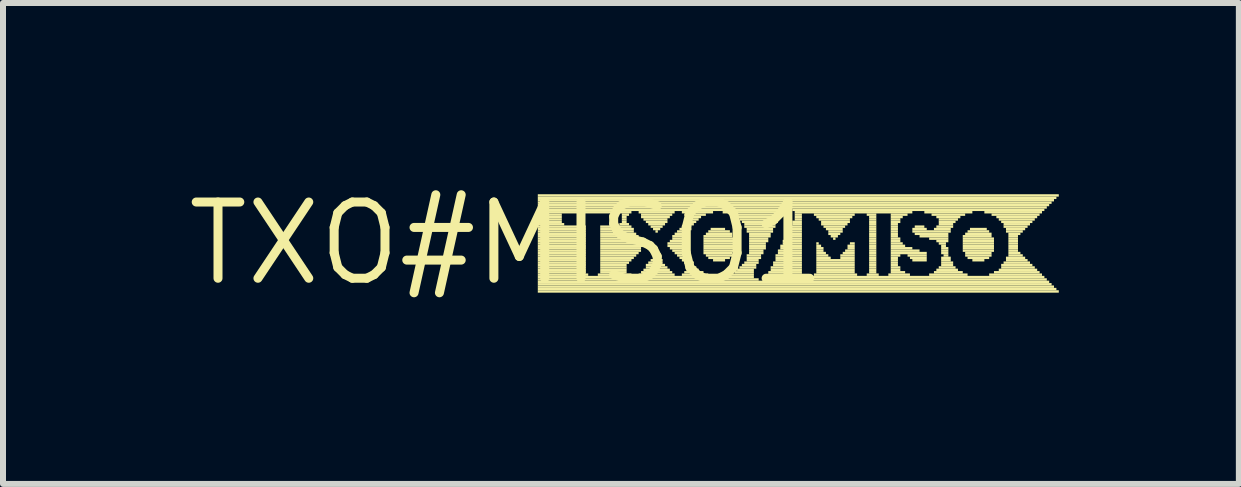
<source format=kicad_pcb>
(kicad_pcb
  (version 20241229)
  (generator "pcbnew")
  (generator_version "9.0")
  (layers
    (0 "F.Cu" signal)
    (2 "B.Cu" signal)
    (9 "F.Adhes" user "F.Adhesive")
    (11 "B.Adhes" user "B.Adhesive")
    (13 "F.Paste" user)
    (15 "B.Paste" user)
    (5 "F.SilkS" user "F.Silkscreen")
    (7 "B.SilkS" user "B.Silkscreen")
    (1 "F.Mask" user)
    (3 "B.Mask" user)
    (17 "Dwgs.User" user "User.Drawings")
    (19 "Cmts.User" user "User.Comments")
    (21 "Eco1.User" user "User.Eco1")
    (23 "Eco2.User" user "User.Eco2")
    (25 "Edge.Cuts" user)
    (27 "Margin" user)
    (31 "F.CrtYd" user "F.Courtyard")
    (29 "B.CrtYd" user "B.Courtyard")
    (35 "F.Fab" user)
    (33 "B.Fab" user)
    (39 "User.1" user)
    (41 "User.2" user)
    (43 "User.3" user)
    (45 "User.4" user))
  (footprint "TXO#MISO1"
    (layer "F.Cu")
    (at 5.39 1.006)
    (property "Reference" "TXO#MISO1" (at 0 0 0) (layer "F.SilkS") (effects (font (size 1.27 1.27) (thickness 0.15))))
    (fp_poly (pts (xy 0.52 -0.78) (xy 9.2 -0.78) (xy 9.2 -0.82) (xy 0.52 -0.82)) (stroke (width 0) (type default)) (fill yes) (layer "F.SilkS"))
    (fp_poly (pts (xy 0.52 -0.74) (xy 9.16 -0.74) (xy 9.16 -0.78) (xy 0.52 -0.78)) (stroke (width 0) (type default)) (fill yes) (layer "F.SilkS"))
    (fp_poly (pts (xy 0.52 -0.7) (xy 9.12 -0.7) (xy 9.12 -0.74) (xy 0.52 -0.74)) (stroke (width 0) (type default)) (fill yes) (layer "F.SilkS"))
    (fp_poly (pts (xy 0.52 -0.66) (xy 9.08 -0.66) (xy 9.08 -0.7) (xy 0.52 -0.7)) (stroke (width 0) (type default)) (fill yes) (layer "F.SilkS"))
    (fp_poly (pts (xy 0.52 -0.62) (xy 9.04 -0.62) (xy 9.04 -0.66) (xy 0.52 -0.66)) (stroke (width 0) (type default)) (fill yes) (layer "F.SilkS"))
    (fp_poly (pts (xy 0.52 -0.58) (xy 9 -0.58) (xy 9 -0.62) (xy 0.52 -0.62)) (stroke (width 0) (type default)) (fill yes) (layer "F.SilkS"))
    (fp_poly (pts (xy 0.52 -0.54) (xy 4.6 -0.54) (xy 4.6 -0.58) (xy 0.52 -0.58)) (stroke (width 0) (type default)) (fill yes) (layer "F.SilkS"))
    (fp_poly (pts (xy 0.52 -0.5) (xy 2.08 -0.5) (xy 2.08 -0.54) (xy 0.52 -0.54)) (stroke (width 0) (type default)) (fill yes) (layer "F.SilkS"))
    (fp_poly (pts (xy 0.52 -0.46) (xy 0.92 -0.46) (xy 0.92 -0.5) (xy 0.52 -0.5)) (stroke (width 0) (type default)) (fill yes) (layer "F.SilkS"))
    (fp_poly (pts (xy 0.52 -0.42) (xy 0.92 -0.42) (xy 0.92 -0.46) (xy 0.52 -0.46)) (stroke (width 0) (type default)) (fill yes) (layer "F.SilkS"))
    (fp_poly (pts (xy 0.52 -0.38) (xy 0.92 -0.38) (xy 0.92 -0.42) (xy 0.52 -0.42)) (stroke (width 0) (type default)) (fill yes) (layer "F.SilkS"))
    (fp_poly (pts (xy 0.52 -0.34) (xy 0.92 -0.34) (xy 0.92 -0.38) (xy 0.52 -0.38)) (stroke (width 0) (type default)) (fill yes) (layer "F.SilkS"))
    (fp_poly (pts (xy 0.52 -0.3) (xy 0.96 -0.3) (xy 0.96 -0.34) (xy 0.52 -0.34)) (stroke (width 0) (type default)) (fill yes) (layer "F.SilkS"))
    (fp_poly (pts (xy 0.52 -0.26) (xy 1.32 -0.26) (xy 1.32 -0.3) (xy 0.52 -0.3)) (stroke (width 0) (type default)) (fill yes) (layer "F.SilkS"))
    (fp_poly (pts (xy 0.52 -0.22) (xy 1.32 -0.22) (xy 1.32 -0.26) (xy 0.52 -0.26)) (stroke (width 0) (type default)) (fill yes) (layer "F.SilkS"))
    (fp_poly (pts (xy 0.52 -0.18) (xy 1.32 -0.18) (xy 1.32 -0.22) (xy 0.52 -0.22)) (stroke (width 0) (type default)) (fill yes) (layer "F.SilkS"))
    (fp_poly (pts (xy 0.52 -0.14) (xy 1.32 -0.14) (xy 1.32 -0.18) (xy 0.52 -0.18)) (stroke (width 0) (type default)) (fill yes) (layer "F.SilkS"))
    (fp_poly (pts (xy 0.52 -0.1) (xy 1.32 -0.1) (xy 1.32 -0.14) (xy 0.52 -0.14)) (stroke (width 0) (type default)) (fill yes) (layer "F.SilkS"))
    (fp_poly (pts (xy 0.52 -0.06) (xy 1.32 -0.06) (xy 1.32 -0.1) (xy 0.52 -0.1)) (stroke (width 0) (type default)) (fill yes) (layer "F.SilkS"))
    (fp_poly (pts (xy 0.52 -0.02) (xy 1.32 -0.02) (xy 1.32 -0.06) (xy 0.52 -0.06)) (stroke (width 0) (type default)) (fill yes) (layer "F.SilkS"))
    (fp_poly (pts (xy 0.52 0.02) (xy 1.32 0.02) (xy 1.32 -0.02) (xy 0.52 -0.02)) (stroke (width 0) (type default)) (fill yes) (layer "F.SilkS"))
    (fp_poly (pts (xy 0.52 0.06) (xy 1.32 0.06) (xy 1.32 0.02) (xy 0.52 0.02)) (stroke (width 0) (type default)) (fill yes) (layer "F.SilkS"))
    (fp_poly (pts (xy 0.52 0.1) (xy 1.32 0.1) (xy 1.32 0.06) (xy 0.52 0.06)) (stroke (width 0) (type default)) (fill yes) (layer "F.SilkS"))
    (fp_poly (pts (xy 0.52 0.14) (xy 1.32 0.14) (xy 1.32 0.1) (xy 0.52 0.1)) (stroke (width 0) (type default)) (fill yes) (layer "F.SilkS"))
    (fp_poly (pts (xy 0.52 0.18) (xy 1.32 0.18) (xy 1.32 0.14) (xy 0.52 0.14)) (stroke (width 0) (type default)) (fill yes) (layer "F.SilkS"))
    (fp_poly (pts (xy 0.52 0.22) (xy 1.32 0.22) (xy 1.32 0.18) (xy 0.52 0.18)) (stroke (width 0) (type default)) (fill yes) (layer "F.SilkS"))
    (fp_poly (pts (xy 0.52 0.26) (xy 1.32 0.26) (xy 1.32 0.22) (xy 0.52 0.22)) (stroke (width 0) (type default)) (fill yes) (layer "F.SilkS"))
    (fp_poly (pts (xy 0.52 0.3) (xy 1.32 0.3) (xy 1.32 0.26) (xy 0.52 0.26)) (stroke (width 0) (type default)) (fill yes) (layer "F.SilkS"))
    (fp_poly (pts (xy 0.52 0.34) (xy 1.32 0.34) (xy 1.32 0.3) (xy 0.52 0.3)) (stroke (width 0) (type default)) (fill yes) (layer "F.SilkS"))
    (fp_poly (pts (xy 0.52 0.38) (xy 1.32 0.38) (xy 1.32 0.34) (xy 0.52 0.34)) (stroke (width 0) (type default)) (fill yes) (layer "F.SilkS"))
    (fp_poly (pts (xy 0.52 0.42) (xy 1.32 0.42) (xy 1.32 0.38) (xy 0.52 0.38)) (stroke (width 0) (type default)) (fill yes) (layer "F.SilkS"))
    (fp_poly (pts (xy 0.52 0.46) (xy 1.32 0.46) (xy 1.32 0.42) (xy 0.52 0.42)) (stroke (width 0) (type default)) (fill yes) (layer "F.SilkS"))
    (fp_poly (pts (xy 0.52 0.5) (xy 1.32 0.5) (xy 1.32 0.46) (xy 0.52 0.46)) (stroke (width 0) (type default)) (fill yes) (layer "F.SilkS"))
    (fp_poly (pts (xy 0.52 0.54) (xy 1.36 0.54) (xy 1.36 0.5) (xy 0.52 0.5)) (stroke (width 0) (type default)) (fill yes) (layer "F.SilkS"))
    (fp_poly (pts (xy 0.52 0.58) (xy 4.12 0.58) (xy 4.12 0.54) (xy 0.52 0.54)) (stroke (width 0) (type default)) (fill yes) (layer "F.SilkS"))
    (fp_poly (pts (xy 0.52 0.62) (xy 4.2 0.62) (xy 4.2 0.58) (xy 0.52 0.58)) (stroke (width 0) (type default)) (fill yes) (layer "F.SilkS"))
    (fp_poly (pts (xy 0.52 0.66) (xy 9.04 0.66) (xy 9.04 0.62) (xy 0.52 0.62)) (stroke (width 0) (type default)) (fill yes) (layer "F.SilkS"))
    (fp_poly (pts (xy 0.52 0.7) (xy 9.08 0.7) (xy 9.08 0.66) (xy 0.52 0.66)) (stroke (width 0) (type default)) (fill yes) (layer "F.SilkS"))
    (fp_poly (pts (xy 0.52 0.74) (xy 9.12 0.74) (xy 9.12 0.7) (xy 0.52 0.7)) (stroke (width 0) (type default)) (fill yes) (layer "F.SilkS"))
    (fp_poly (pts (xy 0.52 0.78) (xy 9.16 0.78) (xy 9.16 0.74) (xy 0.52 0.74)) (stroke (width 0) (type default)) (fill yes) (layer "F.SilkS"))
    (fp_poly (pts (xy 0.52 0.82) (xy 9.2 0.82) (xy 9.2 0.78) (xy 0.52 0.78)) (stroke (width 0) (type default)) (fill yes) (layer "F.SilkS"))
    (fp_poly (pts (xy 1.52 0.54) (xy 2.08 0.54) (xy 2.08 0.5) (xy 1.52 0.5)) (stroke (width 0) (type default)) (fill yes) (layer "F.SilkS"))
    (fp_poly (pts (xy 1.56 -0.26) (xy 2.08 -0.26) (xy 2.08 -0.3) (xy 1.56 -0.3)) (stroke (width 0) (type default)) (fill yes) (layer "F.SilkS"))
    (fp_poly (pts (xy 1.56 -0.22) (xy 2.12 -0.22) (xy 2.12 -0.26) (xy 1.56 -0.26)) (stroke (width 0) (type default)) (fill yes) (layer "F.SilkS"))
    (fp_poly (pts (xy 1.56 -0.18) (xy 2.12 -0.18) (xy 2.12 -0.22) (xy 1.56 -0.22)) (stroke (width 0) (type default)) (fill yes) (layer "F.SilkS"))
    (fp_poly (pts (xy 1.56 -0.14) (xy 2.16 -0.14) (xy 2.16 -0.18) (xy 1.56 -0.18)) (stroke (width 0) (type default)) (fill yes) (layer "F.SilkS"))
    (fp_poly (pts (xy 1.56 -0.1) (xy 2.2 -0.1) (xy 2.2 -0.14) (xy 1.56 -0.14)) (stroke (width 0) (type default)) (fill yes) (layer "F.SilkS"))
    (fp_poly (pts (xy 1.56 -0.06) (xy 2.24 -0.06) (xy 2.24 -0.1) (xy 1.56 -0.1)) (stroke (width 0) (type default)) (fill yes) (layer "F.SilkS"))
    (fp_poly (pts (xy 1.56 -0.02) (xy 2.28 -0.02) (xy 2.28 -0.06) (xy 1.56 -0.06)) (stroke (width 0) (type default)) (fill yes) (layer "F.SilkS"))
    (fp_poly (pts (xy 1.56 0.02) (xy 2.32 0.02) (xy 2.32 -0.02) (xy 1.56 -0.02)) (stroke (width 0) (type default)) (fill yes) (layer "F.SilkS"))
    (fp_poly (pts (xy 1.56 0.06) (xy 2.28 0.06) (xy 2.28 0.02) (xy 1.56 0.02)) (stroke (width 0) (type default)) (fill yes) (layer "F.SilkS"))
    (fp_poly (pts (xy 1.56 0.1) (xy 2.24 0.1) (xy 2.24 0.06) (xy 1.56 0.06)) (stroke (width 0) (type default)) (fill yes) (layer "F.SilkS"))
    (fp_poly (pts (xy 1.56 0.14) (xy 2.24 0.14) (xy 2.24 0.1) (xy 1.56 0.1)) (stroke (width 0) (type default)) (fill yes) (layer "F.SilkS"))
    (fp_poly (pts (xy 1.56 0.18) (xy 2.2 0.18) (xy 2.2 0.14) (xy 1.56 0.14)) (stroke (width 0) (type default)) (fill yes) (layer "F.SilkS"))
    (fp_poly (pts (xy 1.56 0.22) (xy 2.16 0.22) (xy 2.16 0.18) (xy 1.56 0.18)) (stroke (width 0) (type default)) (fill yes) (layer "F.SilkS"))
    (fp_poly (pts (xy 1.56 0.26) (xy 2.12 0.26) (xy 2.12 0.22) (xy 1.56 0.22)) (stroke (width 0) (type default)) (fill yes) (layer "F.SilkS"))
    (fp_poly (pts (xy 1.56 0.3) (xy 2.08 0.3) (xy 2.08 0.26) (xy 1.56 0.26)) (stroke (width 0) (type default)) (fill yes) (layer "F.SilkS"))
    (fp_poly (pts (xy 1.56 0.34) (xy 2.04 0.34) (xy 2.04 0.3) (xy 1.56 0.3)) (stroke (width 0) (type default)) (fill yes) (layer "F.SilkS"))
    (fp_poly (pts (xy 1.56 0.38) (xy 2 0.38) (xy 2 0.34) (xy 1.56 0.34)) (stroke (width 0) (type default)) (fill yes) (layer "F.SilkS"))
    (fp_poly (pts (xy 1.56 0.42) (xy 2 0.42) (xy 2 0.38) (xy 1.56 0.38)) (stroke (width 0) (type default)) (fill yes) (layer "F.SilkS"))
    (fp_poly (pts (xy 1.56 0.46) (xy 2 0.46) (xy 2 0.42) (xy 1.56 0.42)) (stroke (width 0) (type default)) (fill yes) (layer "F.SilkS"))
    (fp_poly (pts (xy 1.56 0.5) (xy 2 0.5) (xy 2 0.46) (xy 1.56 0.46)) (stroke (width 0) (type default)) (fill yes) (layer "F.SilkS"))
    (fp_poly (pts (xy 1.88 -0.3) (xy 2.04 -0.3) (xy 2.04 -0.34) (xy 1.88 -0.34)) (stroke (width 0) (type default)) (fill yes) (layer "F.SilkS"))
    (fp_poly (pts (xy 1.92 -0.46) (xy 2.04 -0.46) (xy 2.04 -0.5) (xy 1.92 -0.5)) (stroke (width 0) (type default)) (fill yes) (layer "F.SilkS"))
    (fp_poly (pts (xy 1.92 -0.42) (xy 2 -0.42) (xy 2 -0.46) (xy 1.92 -0.46)) (stroke (width 0) (type default)) (fill yes) (layer "F.SilkS"))
    (fp_poly (pts (xy 1.92 -0.38) (xy 2 -0.38) (xy 2 -0.42) (xy 1.92 -0.42)) (stroke (width 0) (type default)) (fill yes) (layer "F.SilkS"))
    (fp_poly (pts (xy 1.92 -0.34) (xy 2 -0.34) (xy 2 -0.38) (xy 1.92 -0.38)) (stroke (width 0) (type default)) (fill yes) (layer "F.SilkS"))
    (fp_poly (pts (xy 2.2 -0.5) (xy 2.8 -0.5) (xy 2.8 -0.54) (xy 2.2 -0.54)) (stroke (width 0) (type default)) (fill yes) (layer "F.SilkS"))
    (fp_poly (pts (xy 2.2 0.54) (xy 2.8 0.54) (xy 2.8 0.5) (xy 2.2 0.5)) (stroke (width 0) (type default)) (fill yes) (layer "F.SilkS"))
    (fp_poly (pts (xy 2.24 -0.46) (xy 2.76 -0.46) (xy 2.76 -0.5) (xy 2.24 -0.5)) (stroke (width 0) (type default)) (fill yes) (layer "F.SilkS"))
    (fp_poly (pts (xy 2.24 -0.42) (xy 2.72 -0.42) (xy 2.72 -0.46) (xy 2.24 -0.46)) (stroke (width 0) (type default)) (fill yes) (layer "F.SilkS"))
    (fp_poly (pts (xy 2.24 0.5) (xy 2.76 0.5) (xy 2.76 0.46) (xy 2.24 0.46)) (stroke (width 0) (type default)) (fill yes) (layer "F.SilkS"))
    (fp_poly (pts (xy 2.28 -0.38) (xy 2.68 -0.38) (xy 2.68 -0.42) (xy 2.28 -0.42)) (stroke (width 0) (type default)) (fill yes) (layer "F.SilkS"))
    (fp_poly (pts (xy 2.28 0.46) (xy 2.72 0.46) (xy 2.72 0.42) (xy 2.28 0.42)) (stroke (width 0) (type default)) (fill yes) (layer "F.SilkS"))
    (fp_poly (pts (xy 2.32 -0.34) (xy 2.68 -0.34) (xy 2.68 -0.38) (xy 2.32 -0.38)) (stroke (width 0) (type default)) (fill yes) (layer "F.SilkS"))
    (fp_poly (pts (xy 2.32 0.38) (xy 2.64 0.38) (xy 2.64 0.34) (xy 2.32 0.34)) (stroke (width 0) (type default)) (fill yes) (layer "F.SilkS"))
    (fp_poly (pts (xy 2.32 0.42) (xy 2.68 0.42) (xy 2.68 0.38) (xy 2.32 0.38)) (stroke (width 0) (type default)) (fill yes) (layer "F.SilkS"))
    (fp_poly (pts (xy 2.36 -0.3) (xy 2.64 -0.3) (xy 2.64 -0.34) (xy 2.36 -0.34)) (stroke (width 0) (type default)) (fill yes) (layer "F.SilkS"))
    (fp_poly (pts (xy 2.36 0.34) (xy 2.6 0.34) (xy 2.6 0.3) (xy 2.36 0.3)) (stroke (width 0) (type default)) (fill yes) (layer "F.SilkS"))
    (fp_poly (pts (xy 2.4 -0.26) (xy 2.6 -0.26) (xy 2.6 -0.3) (xy 2.4 -0.3)) (stroke (width 0) (type default)) (fill yes) (layer "F.SilkS"))
    (fp_poly (pts (xy 2.4 0.3) (xy 2.6 0.3) (xy 2.6 0.26) (xy 2.4 0.26)) (stroke (width 0) (type default)) (fill yes) (layer "F.SilkS"))
    (fp_poly (pts (xy 2.44 -0.22) (xy 2.56 -0.22) (xy 2.56 -0.26) (xy 2.44 -0.26)) (stroke (width 0) (type default)) (fill yes) (layer "F.SilkS"))
    (fp_poly (pts (xy 2.44 0.26) (xy 2.56 0.26) (xy 2.56 0.22) (xy 2.44 0.22)) (stroke (width 0) (type default)) (fill yes) (layer "F.SilkS"))
    (fp_poly (pts (xy 2.48 -0.18) (xy 2.52 -0.18) (xy 2.52 -0.22) (xy 2.48 -0.22)) (stroke (width 0) (type default)) (fill yes) (layer "F.SilkS"))
    (fp_poly (pts (xy 2.48 0.22) (xy 2.52 0.22) (xy 2.52 0.18) (xy 2.48 0.18)) (stroke (width 0) (type default)) (fill yes) (layer "F.SilkS"))
    (fp_poly (pts (xy 2.68 0.02) (xy 3 0.02) (xy 3 -0.02) (xy 2.68 -0.02)) (stroke (width 0) (type default)) (fill yes) (layer "F.SilkS"))
    (fp_poly (pts (xy 2.68 0.06) (xy 3 0.06) (xy 3 0.02) (xy 2.68 0.02)) (stroke (width 0) (type default)) (fill yes) (layer "F.SilkS"))
    (fp_poly (pts (xy 2.72 -0.02) (xy 3 -0.02) (xy 3 -0.06) (xy 2.72 -0.06)) (stroke (width 0) (type default)) (fill yes) (layer "F.SilkS"))
    (fp_poly (pts (xy 2.72 0.1) (xy 3 0.1) (xy 3 0.06) (xy 2.72 0.06)) (stroke (width 0) (type default)) (fill yes) (layer "F.SilkS"))
    (fp_poly (pts (xy 2.76 -0.1) (xy 3.04 -0.1) (xy 3.04 -0.14) (xy 2.76 -0.14)) (stroke (width 0) (type default)) (fill yes) (layer "F.SilkS"))
    (fp_poly (pts (xy 2.76 -0.06) (xy 3.04 -0.06) (xy 3.04 -0.1) (xy 2.76 -0.1)) (stroke (width 0) (type default)) (fill yes) (layer "F.SilkS"))
    (fp_poly (pts (xy 2.76 0.14) (xy 3.04 0.14) (xy 3.04 0.1) (xy 2.76 0.1)) (stroke (width 0) (type default)) (fill yes) (layer "F.SilkS"))
    (fp_poly (pts (xy 2.8 -0.14) (xy 3.04 -0.14) (xy 3.04 -0.18) (xy 2.8 -0.18)) (stroke (width 0) (type default)) (fill yes) (layer "F.SilkS"))
    (fp_poly (pts (xy 2.8 0.18) (xy 3.04 0.18) (xy 3.04 0.14) (xy 2.8 0.14)) (stroke (width 0) (type default)) (fill yes) (layer "F.SilkS"))
    (fp_poly (pts (xy 2.84 -0.18) (xy 3.04 -0.18) (xy 3.04 -0.22) (xy 2.84 -0.22)) (stroke (width 0) (type default)) (fill yes) (layer "F.SilkS"))
    (fp_poly (pts (xy 2.84 0.22) (xy 3.04 0.22) (xy 3.04 0.18) (xy 2.84 0.18)) (stroke (width 0) (type default)) (fill yes) (layer "F.SilkS"))
    (fp_poly (pts (xy 2.88 -0.22) (xy 3.08 -0.22) (xy 3.08 -0.26) (xy 2.88 -0.26)) (stroke (width 0) (type default)) (fill yes) (layer "F.SilkS"))
    (fp_poly (pts (xy 2.88 0.26) (xy 3.04 0.26) (xy 3.04 0.22) (xy 2.88 0.22)) (stroke (width 0) (type default)) (fill yes) (layer "F.SilkS"))
    (fp_poly (pts (xy 2.92 -0.5) (xy 3.44 -0.5) (xy 3.44 -0.54) (xy 2.92 -0.54)) (stroke (width 0) (type default)) (fill yes) (layer "F.SilkS"))
    (fp_poly (pts (xy 2.92 -0.26) (xy 3.08 -0.26) (xy 3.08 -0.3) (xy 2.92 -0.3)) (stroke (width 0) (type default)) (fill yes) (layer "F.SilkS"))
    (fp_poly (pts (xy 2.92 0.3) (xy 3.08 0.3) (xy 3.08 0.26) (xy 2.92 0.26)) (stroke (width 0) (type default)) (fill yes) (layer "F.SilkS"))
    (fp_poly (pts (xy 2.92 0.54) (xy 3.36 0.54) (xy 3.36 0.5) (xy 2.92 0.5)) (stroke (width 0) (type default)) (fill yes) (layer "F.SilkS"))
    (fp_poly (pts (xy 2.96 -0.46) (xy 3.32 -0.46) (xy 3.32 -0.5) (xy 2.96 -0.5)) (stroke (width 0) (type default)) (fill yes) (layer "F.SilkS"))
    (fp_poly (pts (xy 2.96 -0.3) (xy 3.12 -0.3) (xy 3.12 -0.34) (xy 2.96 -0.34)) (stroke (width 0) (type default)) (fill yes) (layer "F.SilkS"))
    (fp_poly (pts (xy 2.96 0.34) (xy 3.12 0.34) (xy 3.12 0.3) (xy 2.96 0.3)) (stroke (width 0) (type default)) (fill yes) (layer "F.SilkS"))
    (fp_poly (pts (xy 2.96 0.5) (xy 3.28 0.5) (xy 3.28 0.46) (xy 2.96 0.46)) (stroke (width 0) (type default)) (fill yes) (layer "F.SilkS"))
    (fp_poly (pts (xy 3 -0.42) (xy 3.24 -0.42) (xy 3.24 -0.46) (xy 3 -0.46)) (stroke (width 0) (type default)) (fill yes) (layer "F.SilkS"))
    (fp_poly (pts (xy 3 -0.38) (xy 3.2 -0.38) (xy 3.2 -0.42) (xy 3 -0.42)) (stroke (width 0) (type default)) (fill yes) (layer "F.SilkS"))
    (fp_poly (pts (xy 3 -0.34) (xy 3.16 -0.34) (xy 3.16 -0.38) (xy 3 -0.38)) (stroke (width 0) (type default)) (fill yes) (layer "F.SilkS"))
    (fp_poly (pts (xy 3 0.38) (xy 3.12 0.38) (xy 3.12 0.34) (xy 3 0.34)) (stroke (width 0) (type default)) (fill yes) (layer "F.SilkS"))
    (fp_poly (pts (xy 3 0.42) (xy 3.16 0.42) (xy 3.16 0.38) (xy 3 0.38)) (stroke (width 0) (type default)) (fill yes) (layer "F.SilkS"))
    (fp_poly (pts (xy 3 0.46) (xy 3.2 0.46) (xy 3.2 0.42) (xy 3 0.42)) (stroke (width 0) (type default)) (fill yes) (layer "F.SilkS"))
    (fp_poly (pts (xy 3.28 -0.1) (xy 3.76 -0.1) (xy 3.76 -0.14) (xy 3.28 -0.14)) (stroke (width 0) (type default)) (fill yes) (layer "F.SilkS"))
    (fp_poly (pts (xy 3.28 -0.06) (xy 3.8 -0.06) (xy 3.8 -0.1) (xy 3.28 -0.1)) (stroke (width 0) (type default)) (fill yes) (layer "F.SilkS"))
    (fp_poly (pts (xy 3.28 -0.02) (xy 3.8 -0.02) (xy 3.8 -0.06) (xy 3.28 -0.06)) (stroke (width 0) (type default)) (fill yes) (layer "F.SilkS"))
    (fp_poly (pts (xy 3.28 0.02) (xy 3.8 0.02) (xy 3.8 -0.02) (xy 3.28 -0.02)) (stroke (width 0) (type default)) (fill yes) (layer "F.SilkS"))
    (fp_poly (pts (xy 3.28 0.06) (xy 3.8 0.06) (xy 3.8 0.02) (xy 3.28 0.02)) (stroke (width 0) (type default)) (fill yes) (layer "F.SilkS"))
    (fp_poly (pts (xy 3.28 0.1) (xy 3.8 0.1) (xy 3.8 0.06) (xy 3.28 0.06)) (stroke (width 0) (type default)) (fill yes) (layer "F.SilkS"))
    (fp_poly (pts (xy 3.28 0.14) (xy 3.8 0.14) (xy 3.8 0.1) (xy 3.28 0.1)) (stroke (width 0) (type default)) (fill yes) (layer "F.SilkS"))
    (fp_poly (pts (xy 3.28 0.18) (xy 3.76 0.18) (xy 3.76 0.14) (xy 3.28 0.14)) (stroke (width 0) (type default)) (fill yes) (layer "F.SilkS"))
    (fp_poly (pts (xy 3.32 -0.14) (xy 3.76 -0.14) (xy 3.76 -0.18) (xy 3.32 -0.18)) (stroke (width 0) (type default)) (fill yes) (layer "F.SilkS"))
    (fp_poly (pts (xy 3.32 0.22) (xy 3.76 0.22) (xy 3.76 0.18) (xy 3.32 0.18)) (stroke (width 0) (type default)) (fill yes) (layer "F.SilkS"))
    (fp_poly (pts (xy 3.36 -0.18) (xy 3.72 -0.18) (xy 3.72 -0.22) (xy 3.36 -0.22)) (stroke (width 0) (type default)) (fill yes) (layer "F.SilkS"))
    (fp_poly (pts (xy 3.36 0.26) (xy 3.72 0.26) (xy 3.72 0.22) (xy 3.36 0.22)) (stroke (width 0) (type default)) (fill yes) (layer "F.SilkS"))
    (fp_poly (pts (xy 3.4 -0.22) (xy 3.64 -0.22) (xy 3.64 -0.26) (xy 3.4 -0.26)) (stroke (width 0) (type default)) (fill yes) (layer "F.SilkS"))
    (fp_poly (pts (xy 3.44 0.3) (xy 3.64 0.3) (xy 3.64 0.26) (xy 3.44 0.26)) (stroke (width 0) (type default)) (fill yes) (layer "F.SilkS"))
    (fp_poly (pts (xy 3.6 -0.5) (xy 4.6 -0.5) (xy 4.6 -0.54) (xy 3.6 -0.54)) (stroke (width 0) (type default)) (fill yes) (layer "F.SilkS"))
    (fp_poly (pts (xy 3.72 0.54) (xy 4.12 0.54) (xy 4.12 0.5) (xy 3.72 0.5)) (stroke (width 0) (type default)) (fill yes) (layer "F.SilkS"))
    (fp_poly (pts (xy 3.76 -0.46) (xy 4.56 -0.46) (xy 4.56 -0.5) (xy 3.76 -0.5)) (stroke (width 0) (type default)) (fill yes) (layer "F.SilkS"))
    (fp_poly (pts (xy 3.8 -0.42) (xy 4.56 -0.42) (xy 4.56 -0.46) (xy 3.8 -0.46)) (stroke (width 0) (type default)) (fill yes) (layer "F.SilkS"))
    (fp_poly (pts (xy 3.8 0.5) (xy 4.12 0.5) (xy 4.12 0.46) (xy 3.8 0.46)) (stroke (width 0) (type default)) (fill yes) (layer "F.SilkS"))
    (fp_poly (pts (xy 3.84 0.46) (xy 4.12 0.46) (xy 4.12 0.42) (xy 3.84 0.42)) (stroke (width 0) (type default)) (fill yes) (layer "F.SilkS"))
    (fp_poly (pts (xy 3.88 -0.38) (xy 4.52 -0.38) (xy 4.52 -0.42) (xy 3.88 -0.42)) (stroke (width 0) (type default)) (fill yes) (layer "F.SilkS"))
    (fp_poly (pts (xy 3.88 0.42) (xy 4.16 0.42) (xy 4.16 0.38) (xy 3.88 0.38)) (stroke (width 0) (type default)) (fill yes) (layer "F.SilkS"))
    (fp_poly (pts (xy 3.92 -0.34) (xy 4.52 -0.34) (xy 4.52 -0.38) (xy 3.92 -0.38)) (stroke (width 0) (type default)) (fill yes) (layer "F.SilkS"))
    (fp_poly (pts (xy 3.92 0.38) (xy 4.16 0.38) (xy 4.16 0.34) (xy 3.92 0.34)) (stroke (width 0) (type default)) (fill yes) (layer "F.SilkS"))
    (fp_poly (pts (xy 3.96 -0.3) (xy 4.48 -0.3) (xy 4.48 -0.34) (xy 3.96 -0.34)) (stroke (width 0) (type default)) (fill yes) (layer "F.SilkS"))
    (fp_poly (pts (xy 3.96 -0.26) (xy 4.48 -0.26) (xy 4.48 -0.3) (xy 3.96 -0.3)) (stroke (width 0) (type default)) (fill yes) (layer "F.SilkS"))
    (fp_poly (pts (xy 3.96 0.34) (xy 4.2 0.34) (xy 4.2 0.3) (xy 3.96 0.3)) (stroke (width 0) (type default)) (fill yes) (layer "F.SilkS"))
    (fp_poly (pts (xy 4 -0.22) (xy 4.44 -0.22) (xy 4.44 -0.26) (xy 4 -0.26)) (stroke (width 0) (type default)) (fill yes) (layer "F.SilkS"))
    (fp_poly (pts (xy 4 -0.18) (xy 4.44 -0.18) (xy 4.44 -0.22) (xy 4 -0.22)) (stroke (width 0) (type default)) (fill yes) (layer "F.SilkS"))
    (fp_poly (pts (xy 4 0.22) (xy 4.24 0.22) (xy 4.24 0.18) (xy 4 0.18)) (stroke (width 0) (type default)) (fill yes) (layer "F.SilkS"))
    (fp_poly (pts (xy 4 0.26) (xy 4.24 0.26) (xy 4.24 0.22) (xy 4 0.22)) (stroke (width 0) (type default)) (fill yes) (layer "F.SilkS"))
    (fp_poly (pts (xy 4 0.3) (xy 4.2 0.3) (xy 4.2 0.26) (xy 4 0.26)) (stroke (width 0) (type default)) (fill yes) (layer "F.SilkS"))
    (fp_poly (pts (xy 4.04 -0.14) (xy 4.4 -0.14) (xy 4.4 -0.18) (xy 4.04 -0.18)) (stroke (width 0) (type default)) (fill yes) (layer "F.SilkS"))
    (fp_poly (pts (xy 4.04 -0.1) (xy 4.4 -0.1) (xy 4.4 -0.14) (xy 4.04 -0.14)) (stroke (width 0) (type default)) (fill yes) (layer "F.SilkS"))
    (fp_poly (pts (xy 4.04 -0.06) (xy 4.36 -0.06) (xy 4.36 -0.1) (xy 4.04 -0.1)) (stroke (width 0) (type default)) (fill yes) (layer "F.SilkS"))
    (fp_poly (pts (xy 4.04 -0.02) (xy 4.36 -0.02) (xy 4.36 -0.06) (xy 4.04 -0.06)) (stroke (width 0) (type default)) (fill yes) (layer "F.SilkS"))
    (fp_poly (pts (xy 4.04 0.02) (xy 4.32 0.02) (xy 4.32 -0.02) (xy 4.04 -0.02)) (stroke (width 0) (type default)) (fill yes) (layer "F.SilkS"))
    (fp_poly (pts (xy 4.04 0.06) (xy 4.32 0.06) (xy 4.32 0.02) (xy 4.04 0.02)) (stroke (width 0) (type default)) (fill yes) (layer "F.SilkS"))
    (fp_poly (pts (xy 4.04 0.1) (xy 4.32 0.1) (xy 4.32 0.06) (xy 4.04 0.06)) (stroke (width 0) (type default)) (fill yes) (layer "F.SilkS"))
    (fp_poly (pts (xy 4.04 0.14) (xy 4.28 0.14) (xy 4.28 0.1) (xy 4.04 0.1)) (stroke (width 0) (type default)) (fill yes) (layer "F.SilkS"))
    (fp_poly (pts (xy 4.04 0.18) (xy 4.28 0.18) (xy 4.28 0.14) (xy 4.04 0.14)) (stroke (width 0) (type default)) (fill yes) (layer "F.SilkS"))
    (fp_poly (pts (xy 4.32 0.58) (xy 8.96 0.58) (xy 8.96 0.54) (xy 4.32 0.54)) (stroke (width 0) (type default)) (fill yes) (layer "F.SilkS"))
    (fp_poly (pts (xy 4.32 0.62) (xy 9 0.62) (xy 9 0.58) (xy 4.32 0.58)) (stroke (width 0) (type default)) (fill yes) (layer "F.SilkS"))
    (fp_poly (pts (xy 4.36 0.5) (xy 4.92 0.5) (xy 4.92 0.46) (xy 4.36 0.46)) (stroke (width 0) (type default)) (fill yes) (layer "F.SilkS"))
    (fp_poly (pts (xy 4.36 0.54) (xy 4.92 0.54) (xy 4.92 0.5) (xy 4.36 0.5)) (stroke (width 0) (type default)) (fill yes) (layer "F.SilkS"))
    (fp_poly (pts (xy 4.4 0.42) (xy 4.92 0.42) (xy 4.92 0.38) (xy 4.4 0.38)) (stroke (width 0) (type default)) (fill yes) (layer "F.SilkS"))
    (fp_poly (pts (xy 4.4 0.46) (xy 4.92 0.46) (xy 4.92 0.42) (xy 4.4 0.42)) (stroke (width 0) (type default)) (fill yes) (layer "F.SilkS"))
    (fp_poly (pts (xy 4.44 0.34) (xy 4.92 0.34) (xy 4.92 0.3) (xy 4.44 0.3)) (stroke (width 0) (type default)) (fill yes) (layer "F.SilkS"))
    (fp_poly (pts (xy 4.44 0.38) (xy 4.92 0.38) (xy 4.92 0.34) (xy 4.44 0.34)) (stroke (width 0) (type default)) (fill yes) (layer "F.SilkS"))
    (fp_poly (pts (xy 4.48 0.22) (xy 4.92 0.22) (xy 4.92 0.18) (xy 4.48 0.18)) (stroke (width 0) (type default)) (fill yes) (layer "F.SilkS"))
    (fp_poly (pts (xy 4.48 0.26) (xy 4.92 0.26) (xy 4.92 0.22) (xy 4.48 0.22)) (stroke (width 0) (type default)) (fill yes) (layer "F.SilkS"))
    (fp_poly (pts (xy 4.48 0.3) (xy 4.92 0.3) (xy 4.92 0.26) (xy 4.48 0.26)) (stroke (width 0) (type default)) (fill yes) (layer "F.SilkS"))
    (fp_poly (pts (xy 4.52 0.14) (xy 4.92 0.14) (xy 4.92 0.1) (xy 4.52 0.1)) (stroke (width 0) (type default)) (fill yes) (layer "F.SilkS"))
    (fp_poly (pts (xy 4.52 0.18) (xy 4.92 0.18) (xy 4.92 0.14) (xy 4.52 0.14)) (stroke (width 0) (type default)) (fill yes) (layer "F.SilkS"))
    (fp_poly (pts (xy 4.56 0.06) (xy 4.92 0.06) (xy 4.92 0.02) (xy 4.56 0.02)) (stroke (width 0) (type default)) (fill yes) (layer "F.SilkS"))
    (fp_poly (pts (xy 4.56 0.1) (xy 4.92 0.1) (xy 4.92 0.06) (xy 4.56 0.06)) (stroke (width 0) (type default)) (fill yes) (layer "F.SilkS"))
    (fp_poly (pts (xy 4.6 -0.02) (xy 4.92 -0.02) (xy 4.92 -0.06) (xy 4.6 -0.06)) (stroke (width 0) (type default)) (fill yes) (layer "F.SilkS"))
    (fp_poly (pts (xy 4.6 0.02) (xy 4.92 0.02) (xy 4.92 -0.02) (xy 4.6 -0.02)) (stroke (width 0) (type default)) (fill yes) (layer "F.SilkS"))
    (fp_poly (pts (xy 4.64 -0.1) (xy 4.92 -0.1) (xy 4.92 -0.14) (xy 4.64 -0.14)) (stroke (width 0) (type default)) (fill yes) (layer "F.SilkS"))
    (fp_poly (pts (xy 4.64 -0.06) (xy 4.92 -0.06) (xy 4.92 -0.1) (xy 4.64 -0.1)) (stroke (width 0) (type default)) (fill yes) (layer "F.SilkS"))
    (fp_poly (pts (xy 4.68 -0.18) (xy 4.92 -0.18) (xy 4.92 -0.22) (xy 4.68 -0.22)) (stroke (width 0) (type default)) (fill yes) (layer "F.SilkS"))
    (fp_poly (pts (xy 4.68 -0.14) (xy 4.92 -0.14) (xy 4.92 -0.18) (xy 4.68 -0.18)) (stroke (width 0) (type default)) (fill yes) (layer "F.SilkS"))
    (fp_poly (pts (xy 4.72 -0.26) (xy 4.92 -0.26) (xy 4.92 -0.3) (xy 4.72 -0.3)) (stroke (width 0) (type default)) (fill yes) (layer "F.SilkS"))
    (fp_poly (pts (xy 4.72 -0.22) (xy 4.92 -0.22) (xy 4.92 -0.26) (xy 4.72 -0.26)) (stroke (width 0) (type default)) (fill yes) (layer "F.SilkS"))
    (fp_poly (pts (xy 4.76 -0.54) (xy 8.96 -0.54) (xy 8.96 -0.58) (xy 4.76 -0.58)) (stroke (width 0) (type default)) (fill yes) (layer "F.SilkS"))
    (fp_poly (pts (xy 4.76 -0.34) (xy 4.92 -0.34) (xy 4.92 -0.38) (xy 4.76 -0.38)) (stroke (width 0) (type default)) (fill yes) (layer "F.SilkS"))
    (fp_poly (pts (xy 4.76 -0.3) (xy 4.92 -0.3) (xy 4.92 -0.34) (xy 4.76 -0.34)) (stroke (width 0) (type default)) (fill yes) (layer "F.SilkS"))
    (fp_poly (pts (xy 4.8 -0.5) (xy 6.76 -0.5) (xy 6.76 -0.54) (xy 4.8 -0.54)) (stroke (width 0) (type default)) (fill yes) (layer "F.SilkS"))
    (fp_poly (pts (xy 4.8 -0.46) (xy 4.92 -0.46) (xy 4.92 -0.5) (xy 4.8 -0.5)) (stroke (width 0) (type default)) (fill yes) (layer "F.SilkS"))
    (fp_poly (pts (xy 4.8 -0.42) (xy 4.92 -0.42) (xy 4.92 -0.46) (xy 4.8 -0.46)) (stroke (width 0) (type default)) (fill yes) (layer "F.SilkS"))
    (fp_poly (pts (xy 4.8 -0.38) (xy 4.92 -0.38) (xy 4.92 -0.42) (xy 4.8 -0.42)) (stroke (width 0) (type default)) (fill yes) (layer "F.SilkS"))
    (fp_poly (pts (xy 5.12 -0.46) (xy 5.8 -0.46) (xy 5.8 -0.5) (xy 5.12 -0.5)) (stroke (width 0) (type default)) (fill yes) (layer "F.SilkS"))
    (fp_poly (pts (xy 5.12 0.54) (xy 5.84 0.54) (xy 5.84 0.5) (xy 5.12 0.5)) (stroke (width 0) (type default)) (fill yes) (layer "F.SilkS"))
    (fp_poly (pts (xy 5.16 -0.42) (xy 5.76 -0.42) (xy 5.76 -0.46) (xy 5.16 -0.46)) (stroke (width 0) (type default)) (fill yes) (layer "F.SilkS"))
    (fp_poly (pts (xy 5.16 0.02) (xy 5.2 0.02) (xy 5.2 -0.02) (xy 5.16 -0.02)) (stroke (width 0) (type default)) (fill yes) (layer "F.SilkS"))
    (fp_poly (pts (xy 5.16 0.06) (xy 5.24 0.06) (xy 5.24 0.02) (xy 5.16 0.02)) (stroke (width 0) (type default)) (fill yes) (layer "F.SilkS"))
    (fp_poly (pts (xy 5.16 0.1) (xy 5.28 0.1) (xy 5.28 0.06) (xy 5.16 0.06)) (stroke (width 0) (type default)) (fill yes) (layer "F.SilkS"))
    (fp_poly (pts (xy 5.16 0.14) (xy 5.28 0.14) (xy 5.28 0.1) (xy 5.16 0.1)) (stroke (width 0) (type default)) (fill yes) (layer "F.SilkS"))
    (fp_poly (pts (xy 5.16 0.18) (xy 5.32 0.18) (xy 5.32 0.14) (xy 5.16 0.14)) (stroke (width 0) (type default)) (fill yes) (layer "F.SilkS"))
    (fp_poly (pts (xy 5.16 0.22) (xy 5.36 0.22) (xy 5.36 0.18) (xy 5.16 0.18)) (stroke (width 0) (type default)) (fill yes) (layer "F.SilkS"))
    (fp_poly (pts (xy 5.16 0.26) (xy 5.4 0.26) (xy 5.4 0.22) (xy 5.16 0.22)) (stroke (width 0) (type default)) (fill yes) (layer "F.SilkS"))
    (fp_poly (pts (xy 5.16 0.3) (xy 5.8 0.3) (xy 5.8 0.26) (xy 5.16 0.26)) (stroke (width 0) (type default)) (fill yes) (layer "F.SilkS"))
    (fp_poly (pts (xy 5.16 0.34) (xy 5.8 0.34) (xy 5.8 0.3) (xy 5.16 0.3)) (stroke (width 0) (type default)) (fill yes) (layer "F.SilkS"))
    (fp_poly (pts (xy 5.16 0.38) (xy 5.8 0.38) (xy 5.8 0.34) (xy 5.16 0.34)) (stroke (width 0) (type default)) (fill yes) (layer "F.SilkS"))
    (fp_poly (pts (xy 5.16 0.42) (xy 5.8 0.42) (xy 5.8 0.38) (xy 5.16 0.38)) (stroke (width 0) (type default)) (fill yes) (layer "F.SilkS"))
    (fp_poly (pts (xy 5.16 0.46) (xy 5.8 0.46) (xy 5.8 0.42) (xy 5.16 0.42)) (stroke (width 0) (type default)) (fill yes) (layer "F.SilkS"))
    (fp_poly (pts (xy 5.16 0.5) (xy 5.8 0.5) (xy 5.8 0.46) (xy 5.16 0.46)) (stroke (width 0) (type default)) (fill yes) (layer "F.SilkS"))
    (fp_poly (pts (xy 5.2 -0.38) (xy 5.72 -0.38) (xy 5.72 -0.42) (xy 5.2 -0.42)) (stroke (width 0) (type default)) (fill yes) (layer "F.SilkS"))
    (fp_poly (pts (xy 5.24 -0.34) (xy 5.72 -0.34) (xy 5.72 -0.38) (xy 5.24 -0.38)) (stroke (width 0) (type default)) (fill yes) (layer "F.SilkS"))
    (fp_poly (pts (xy 5.24 -0.3) (xy 5.68 -0.3) (xy 5.68 -0.34) (xy 5.24 -0.34)) (stroke (width 0) (type default)) (fill yes) (layer "F.SilkS"))
    (fp_poly (pts (xy 5.28 -0.26) (xy 5.64 -0.26) (xy 5.64 -0.3) (xy 5.28 -0.3)) (stroke (width 0) (type default)) (fill yes) (layer "F.SilkS"))
    (fp_poly (pts (xy 5.32 -0.22) (xy 5.6 -0.22) (xy 5.6 -0.26) (xy 5.32 -0.26)) (stroke (width 0) (type default)) (fill yes) (layer "F.SilkS"))
    (fp_poly (pts (xy 5.36 -0.18) (xy 5.6 -0.18) (xy 5.6 -0.22) (xy 5.36 -0.22)) (stroke (width 0) (type default)) (fill yes) (layer "F.SilkS"))
    (fp_poly (pts (xy 5.36 -0.14) (xy 5.56 -0.14) (xy 5.56 -0.18) (xy 5.36 -0.18)) (stroke (width 0) (type default)) (fill yes) (layer "F.SilkS"))
    (fp_poly (pts (xy 5.4 -0.1) (xy 5.52 -0.1) (xy 5.52 -0.14) (xy 5.4 -0.14)) (stroke (width 0) (type default)) (fill yes) (layer "F.SilkS"))
    (fp_poly (pts (xy 5.44 -0.06) (xy 5.48 -0.06) (xy 5.48 -0.1) (xy 5.44 -0.1)) (stroke (width 0) (type default)) (fill yes) (layer "F.SilkS"))
    (fp_poly (pts (xy 5.56 0.22) (xy 5.8 0.22) (xy 5.8 0.18) (xy 5.56 0.18)) (stroke (width 0) (type default)) (fill yes) (layer "F.SilkS"))
    (fp_poly (pts (xy 5.56 0.26) (xy 5.8 0.26) (xy 5.8 0.22) (xy 5.56 0.22)) (stroke (width 0) (type default)) (fill yes) (layer "F.SilkS"))
    (fp_poly (pts (xy 5.6 0.18) (xy 5.8 0.18) (xy 5.8 0.14) (xy 5.6 0.14)) (stroke (width 0) (type default)) (fill yes) (layer "F.SilkS"))
    (fp_poly (pts (xy 5.64 0.14) (xy 5.8 0.14) (xy 5.8 0.1) (xy 5.64 0.1)) (stroke (width 0) (type default)) (fill yes) (layer "F.SilkS"))
    (fp_poly (pts (xy 5.68 0.06) (xy 5.8 0.06) (xy 5.8 0.02) (xy 5.68 0.02)) (stroke (width 0) (type default)) (fill yes) (layer "F.SilkS"))
    (fp_poly (pts (xy 5.68 0.1) (xy 5.8 0.1) (xy 5.8 0.06) (xy 5.68 0.06)) (stroke (width 0) (type default)) (fill yes) (layer "F.SilkS"))
    (fp_poly (pts (xy 5.72 0.02) (xy 5.8 0.02) (xy 5.8 -0.02) (xy 5.72 -0.02)) (stroke (width 0) (type default)) (fill yes) (layer "F.SilkS"))
    (fp_poly (pts (xy 6 -0.46) (xy 6.16 -0.46) (xy 6.16 -0.5) (xy 6 -0.5)) (stroke (width 0) (type default)) (fill yes) (layer "F.SilkS"))
    (fp_poly (pts (xy 6 0.54) (xy 6.2 0.54) (xy 6.2 0.5) (xy 6 0.5)) (stroke (width 0) (type default)) (fill yes) (layer "F.SilkS"))
    (fp_poly (pts (xy 6.04 -0.42) (xy 6.16 -0.42) (xy 6.16 -0.46) (xy 6.04 -0.46)) (stroke (width 0) (type default)) (fill yes) (layer "F.SilkS"))
    (fp_poly (pts (xy 6.04 -0.38) (xy 6.16 -0.38) (xy 6.16 -0.42) (xy 6.04 -0.42)) (stroke (width 0) (type default)) (fill yes) (layer "F.SilkS"))
    (fp_poly (pts (xy 6.04 -0.34) (xy 6.16 -0.34) (xy 6.16 -0.38) (xy 6.04 -0.38)) (stroke (width 0) (type default)) (fill yes) (layer "F.SilkS"))
    (fp_poly (pts (xy 6.04 -0.3) (xy 6.16 -0.3) (xy 6.16 -0.34) (xy 6.04 -0.34)) (stroke (width 0) (type default)) (fill yes) (layer "F.SilkS"))
    (fp_poly (pts (xy 6.04 -0.26) (xy 6.16 -0.26) (xy 6.16 -0.3) (xy 6.04 -0.3)) (stroke (width 0) (type default)) (fill yes) (layer "F.SilkS"))
    (fp_poly (pts (xy 6.04 -0.22) (xy 6.16 -0.22) (xy 6.16 -0.26) (xy 6.04 -0.26)) (stroke (width 0) (type default)) (fill yes) (layer "F.SilkS"))
    (fp_poly (pts (xy 6.04 -0.18) (xy 6.16 -0.18) (xy 6.16 -0.22) (xy 6.04 -0.22)) (stroke (width 0) (type default)) (fill yes) (layer "F.SilkS"))
    (fp_poly (pts (xy 6.04 -0.14) (xy 6.16 -0.14) (xy 6.16 -0.18) (xy 6.04 -0.18)) (stroke (width 0) (type default)) (fill yes) (layer "F.SilkS"))
    (fp_poly (pts (xy 6.04 -0.1) (xy 6.16 -0.1) (xy 6.16 -0.14) (xy 6.04 -0.14)) (stroke (width 0) (type default)) (fill yes) (layer "F.SilkS"))
    (fp_poly (pts (xy 6.04 -0.06) (xy 6.16 -0.06) (xy 6.16 -0.1) (xy 6.04 -0.1)) (stroke (width 0) (type default)) (fill yes) (layer "F.SilkS"))
    (fp_poly (pts (xy 6.04 -0.02) (xy 6.16 -0.02) (xy 6.16 -0.06) (xy 6.04 -0.06)) (stroke (width 0) (type default)) (fill yes) (layer "F.SilkS"))
    (fp_poly (pts (xy 6.04 0.02) (xy 6.16 0.02) (xy 6.16 -0.02) (xy 6.04 -0.02)) (stroke (width 0) (type default)) (fill yes) (layer "F.SilkS"))
    (fp_poly (pts (xy 6.04 0.06) (xy 6.16 0.06) (xy 6.16 0.02) (xy 6.04 0.02)) (stroke (width 0) (type default)) (fill yes) (layer "F.SilkS"))
    (fp_poly (pts (xy 6.04 0.1) (xy 6.16 0.1) (xy 6.16 0.06) (xy 6.04 0.06)) (stroke (width 0) (type default)) (fill yes) (layer "F.SilkS"))
    (fp_poly (pts (xy 6.04 0.14) (xy 6.16 0.14) (xy 6.16 0.1) (xy 6.04 0.1)) (stroke (width 0) (type default)) (fill yes) (layer "F.SilkS"))
    (fp_poly (pts (xy 6.04 0.18) (xy 6.16 0.18) (xy 6.16 0.14) (xy 6.04 0.14)) (stroke (width 0) (type default)) (fill yes) (layer "F.SilkS"))
    (fp_poly (pts (xy 6.04 0.22) (xy 6.16 0.22) (xy 6.16 0.18) (xy 6.04 0.18)) (stroke (width 0) (type default)) (fill yes) (layer "F.SilkS"))
    (fp_poly (pts (xy 6.04 0.26) (xy 6.16 0.26) (xy 6.16 0.22) (xy 6.04 0.22)) (stroke (width 0) (type default)) (fill yes) (layer "F.SilkS"))
    (fp_poly (pts (xy 6.04 0.3) (xy 6.16 0.3) (xy 6.16 0.26) (xy 6.04 0.26)) (stroke (width 0) (type default)) (fill yes) (layer "F.SilkS"))
    (fp_poly (pts (xy 6.04 0.34) (xy 6.16 0.34) (xy 6.16 0.3) (xy 6.04 0.3)) (stroke (width 0) (type default)) (fill yes) (layer "F.SilkS"))
    (fp_poly (pts (xy 6.04 0.38) (xy 6.16 0.38) (xy 6.16 0.34) (xy 6.04 0.34)) (stroke (width 0) (type default)) (fill yes) (layer "F.SilkS"))
    (fp_poly (pts (xy 6.04 0.42) (xy 6.16 0.42) (xy 6.16 0.38) (xy 6.04 0.38)) (stroke (width 0) (type default)) (fill yes) (layer "F.SilkS"))
    (fp_poly (pts (xy 6.04 0.46) (xy 6.16 0.46) (xy 6.16 0.42) (xy 6.04 0.42)) (stroke (width 0) (type default)) (fill yes) (layer "F.SilkS"))
    (fp_poly (pts (xy 6.04 0.5) (xy 6.16 0.5) (xy 6.16 0.46) (xy 6.04 0.46)) (stroke (width 0) (type default)) (fill yes) (layer "F.SilkS"))
    (fp_poly (pts (xy 6.36 0.54) (xy 6.72 0.54) (xy 6.72 0.5) (xy 6.36 0.5)) (stroke (width 0) (type default)) (fill yes) (layer "F.SilkS"))
    (fp_poly (pts (xy 6.4 -0.46) (xy 6.68 -0.46) (xy 6.68 -0.5) (xy 6.4 -0.5)) (stroke (width 0) (type default)) (fill yes) (layer "F.SilkS"))
    (fp_poly (pts (xy 6.4 -0.42) (xy 6.6 -0.42) (xy 6.6 -0.46) (xy 6.4 -0.46)) (stroke (width 0) (type default)) (fill yes) (layer "F.SilkS"))
    (fp_poly (pts (xy 6.4 -0.38) (xy 6.56 -0.38) (xy 6.56 -0.42) (xy 6.4 -0.42)) (stroke (width 0) (type default)) (fill yes) (layer "F.SilkS"))
    (fp_poly (pts (xy 6.4 -0.34) (xy 6.56 -0.34) (xy 6.56 -0.38) (xy 6.4 -0.38)) (stroke (width 0) (type default)) (fill yes) (layer "F.SilkS"))
    (fp_poly (pts (xy 6.4 -0.3) (xy 6.52 -0.3) (xy 6.52 -0.34) (xy 6.4 -0.34)) (stroke (width 0) (type default)) (fill yes) (layer "F.SilkS"))
    (fp_poly (pts (xy 6.4 -0.26) (xy 6.52 -0.26) (xy 6.52 -0.3) (xy 6.4 -0.3)) (stroke (width 0) (type default)) (fill yes) (layer "F.SilkS"))
    (fp_poly (pts (xy 6.4 -0.22) (xy 6.52 -0.22) (xy 6.52 -0.26) (xy 6.4 -0.26)) (stroke (width 0) (type default)) (fill yes) (layer "F.SilkS"))
    (fp_poly (pts (xy 6.4 -0.18) (xy 6.52 -0.18) (xy 6.52 -0.22) (xy 6.4 -0.22)) (stroke (width 0) (type default)) (fill yes) (layer "F.SilkS"))
    (fp_poly (pts (xy 6.4 -0.14) (xy 6.52 -0.14) (xy 6.52 -0.18) (xy 6.4 -0.18)) (stroke (width 0) (type default)) (fill yes) (layer "F.SilkS"))
    (fp_poly (pts (xy 6.4 -0.1) (xy 6.52 -0.1) (xy 6.52 -0.14) (xy 6.4 -0.14)) (stroke (width 0) (type default)) (fill yes) (layer "F.SilkS"))
    (fp_poly (pts (xy 6.4 -0.06) (xy 6.56 -0.06) (xy 6.56 -0.1) (xy 6.4 -0.1)) (stroke (width 0) (type default)) (fill yes) (layer "F.SilkS"))
    (fp_poly (pts (xy 6.4 -0.02) (xy 6.56 -0.02) (xy 6.56 -0.06) (xy 6.4 -0.06)) (stroke (width 0) (type default)) (fill yes) (layer "F.SilkS"))
    (fp_poly (pts (xy 6.4 0.02) (xy 6.6 0.02) (xy 6.6 -0.02) (xy 6.4 -0.02)) (stroke (width 0) (type default)) (fill yes) (layer "F.SilkS"))
    (fp_poly (pts (xy 6.4 0.06) (xy 6.64 0.06) (xy 6.64 0.02) (xy 6.4 0.02)) (stroke (width 0) (type default)) (fill yes) (layer "F.SilkS"))
    (fp_poly (pts (xy 6.4 0.1) (xy 6.76 0.1) (xy 6.76 0.06) (xy 6.4 0.06)) (stroke (width 0) (type default)) (fill yes) (layer "F.SilkS"))
    (fp_poly (pts (xy 6.4 0.14) (xy 6.88 0.14) (xy 6.88 0.1) (xy 6.4 0.1)) (stroke (width 0) (type default)) (fill yes) (layer "F.SilkS"))
    (fp_poly (pts (xy 6.4 0.18) (xy 7 0.18) (xy 7 0.14) (xy 6.4 0.14)) (stroke (width 0) (type default)) (fill yes) (layer "F.SilkS"))
    (fp_poly (pts (xy 6.4 0.22) (xy 6.56 0.22) (xy 6.56 0.18) (xy 6.4 0.18)) (stroke (width 0) (type default)) (fill yes) (layer "F.SilkS"))
    (fp_poly (pts (xy 6.4 0.26) (xy 6.52 0.26) (xy 6.52 0.22) (xy 6.4 0.22)) (stroke (width 0) (type default)) (fill yes) (layer "F.SilkS"))
    (fp_poly (pts (xy 6.4 0.3) (xy 6.52 0.3) (xy 6.52 0.26) (xy 6.4 0.26)) (stroke (width 0) (type default)) (fill yes) (layer "F.SilkS"))
    (fp_poly (pts (xy 6.4 0.34) (xy 6.52 0.34) (xy 6.52 0.3) (xy 6.4 0.3)) (stroke (width 0) (type default)) (fill yes) (layer "F.SilkS"))
    (fp_poly (pts (xy 6.4 0.38) (xy 6.52 0.38) (xy 6.52 0.34) (xy 6.4 0.34)) (stroke (width 0) (type default)) (fill yes) (layer "F.SilkS"))
    (fp_poly (pts (xy 6.4 0.42) (xy 6.56 0.42) (xy 6.56 0.38) (xy 6.4 0.38)) (stroke (width 0) (type default)) (fill yes) (layer "F.SilkS"))
    (fp_poly (pts (xy 6.4 0.46) (xy 6.56 0.46) (xy 6.56 0.42) (xy 6.4 0.42)) (stroke (width 0) (type default)) (fill yes) (layer "F.SilkS"))
    (fp_poly (pts (xy 6.4 0.5) (xy 6.64 0.5) (xy 6.64 0.46) (xy 6.4 0.46)) (stroke (width 0) (type default)) (fill yes) (layer "F.SilkS"))
    (fp_poly (pts (xy 6.68 0.22) (xy 7 0.22) (xy 7 0.18) (xy 6.68 0.18)) (stroke (width 0) (type default)) (fill yes) (layer "F.SilkS"))
    (fp_poly (pts (xy 6.72 0.26) (xy 7 0.26) (xy 7 0.22) (xy 6.72 0.22)) (stroke (width 0) (type default)) (fill yes) (layer "F.SilkS"))
    (fp_poly (pts (xy 6.76 -0.22) (xy 7 -0.22) (xy 7 -0.26) (xy 6.76 -0.26)) (stroke (width 0) (type default)) (fill yes) (layer "F.SilkS"))
    (fp_poly (pts (xy 6.76 -0.18) (xy 7.4 -0.18) (xy 7.4 -0.22) (xy 6.76 -0.22)) (stroke (width 0) (type default)) (fill yes) (layer "F.SilkS"))
    (fp_poly (pts (xy 6.76 0.3) (xy 7 0.3) (xy 7 0.26) (xy 6.76 0.26)) (stroke (width 0) (type default)) (fill yes) (layer "F.SilkS"))
    (fp_poly (pts (xy 6.8 -0.26) (xy 6.96 -0.26) (xy 6.96 -0.3) (xy 6.8 -0.3)) (stroke (width 0) (type default)) (fill yes) (layer "F.SilkS"))
    (fp_poly (pts (xy 6.8 -0.14) (xy 7.36 -0.14) (xy 7.36 -0.18) (xy 6.8 -0.18)) (stroke (width 0) (type default)) (fill yes) (layer "F.SilkS"))
    (fp_poly (pts (xy 6.88 -0.1) (xy 7.36 -0.1) (xy 7.36 -0.14) (xy 6.88 -0.14)) (stroke (width 0) (type default)) (fill yes) (layer "F.SilkS"))
    (fp_poly (pts (xy 6.96 -0.5) (xy 7.76 -0.5) (xy 7.76 -0.54) (xy 6.96 -0.54)) (stroke (width 0) (type default)) (fill yes) (layer "F.SilkS"))
    (fp_poly (pts (xy 7.04 -0.06) (xy 7.36 -0.06) (xy 7.36 -0.1) (xy 7.04 -0.1)) (stroke (width 0) (type default)) (fill yes) (layer "F.SilkS"))
    (fp_poly (pts (xy 7.04 0.54) (xy 7.68 0.54) (xy 7.68 0.5) (xy 7.04 0.5)) (stroke (width 0) (type default)) (fill yes) (layer "F.SilkS"))
    (fp_poly (pts (xy 7.08 -0.46) (xy 7.64 -0.46) (xy 7.64 -0.5) (xy 7.08 -0.5)) (stroke (width 0) (type default)) (fill yes) (layer "F.SilkS"))
    (fp_poly (pts (xy 7.12 -0.22) (xy 7.4 -0.22) (xy 7.4 -0.26) (xy 7.12 -0.26)) (stroke (width 0) (type default)) (fill yes) (layer "F.SilkS"))
    (fp_poly (pts (xy 7.12 0.5) (xy 7.6 0.5) (xy 7.6 0.46) (xy 7.12 0.46)) (stroke (width 0) (type default)) (fill yes) (layer "F.SilkS"))
    (fp_poly (pts (xy 7.16 -0.42) (xy 7.56 -0.42) (xy 7.56 -0.46) (xy 7.16 -0.46)) (stroke (width 0) (type default)) (fill yes) (layer "F.SilkS"))
    (fp_poly (pts (xy 7.16 -0.26) (xy 7.44 -0.26) (xy 7.44 -0.3) (xy 7.16 -0.3)) (stroke (width 0) (type default)) (fill yes) (layer "F.SilkS"))
    (fp_poly (pts (xy 7.16 -0.02) (xy 7.36 -0.02) (xy 7.36 -0.06) (xy 7.16 -0.06)) (stroke (width 0) (type default)) (fill yes) (layer "F.SilkS"))
    (fp_poly (pts (xy 7.16 0.46) (xy 7.52 0.46) (xy 7.52 0.42) (xy 7.16 0.42)) (stroke (width 0) (type default)) (fill yes) (layer "F.SilkS"))
    (fp_poly (pts (xy 7.2 -0.38) (xy 7.52 -0.38) (xy 7.52 -0.42) (xy 7.2 -0.42)) (stroke (width 0) (type default)) (fill yes) (layer "F.SilkS"))
    (fp_poly (pts (xy 7.2 -0.34) (xy 7.48 -0.34) (xy 7.48 -0.38) (xy 7.2 -0.38)) (stroke (width 0) (type default)) (fill yes) (layer "F.SilkS"))
    (fp_poly (pts (xy 7.2 -0.3) (xy 7.44 -0.3) (xy 7.44 -0.34) (xy 7.2 -0.34)) (stroke (width 0) (type default)) (fill yes) (layer "F.SilkS"))
    (fp_poly (pts (xy 7.2 0.02) (xy 7.32 0.02) (xy 7.32 -0.02) (xy 7.2 -0.02)) (stroke (width 0) (type default)) (fill yes) (layer "F.SilkS"))
    (fp_poly (pts (xy 7.2 0.42) (xy 7.48 0.42) (xy 7.48 0.38) (xy 7.2 0.38)) (stroke (width 0) (type default)) (fill yes) (layer "F.SilkS"))
    (fp_poly (pts (xy 7.24 0.06) (xy 7.32 0.06) (xy 7.32 0.02) (xy 7.24 0.02)) (stroke (width 0) (type default)) (fill yes) (layer "F.SilkS"))
    (fp_poly (pts (xy 7.24 0.1) (xy 7.36 0.1) (xy 7.36 0.06) (xy 7.24 0.06)) (stroke (width 0) (type default)) (fill yes) (layer "F.SilkS"))
    (fp_poly (pts (xy 7.24 0.14) (xy 7.36 0.14) (xy 7.36 0.1) (xy 7.24 0.1)) (stroke (width 0) (type default)) (fill yes) (layer "F.SilkS"))
    (fp_poly (pts (xy 7.24 0.18) (xy 7.36 0.18) (xy 7.36 0.14) (xy 7.24 0.14)) (stroke (width 0) (type default)) (fill yes) (layer "F.SilkS"))
    (fp_poly (pts (xy 7.24 0.26) (xy 7.4 0.26) (xy 7.4 0.22) (xy 7.24 0.22)) (stroke (width 0) (type default)) (fill yes) (layer "F.SilkS"))
    (fp_poly (pts (xy 7.24 0.3) (xy 7.4 0.3) (xy 7.4 0.26) (xy 7.24 0.26)) (stroke (width 0) (type default)) (fill yes) (layer "F.SilkS"))
    (fp_poly (pts (xy 7.24 0.34) (xy 7.44 0.34) (xy 7.44 0.3) (xy 7.24 0.3)) (stroke (width 0) (type default)) (fill yes) (layer "F.SilkS"))
    (fp_poly (pts (xy 7.24 0.38) (xy 7.44 0.38) (xy 7.44 0.34) (xy 7.24 0.34)) (stroke (width 0) (type default)) (fill yes) (layer "F.SilkS"))
    (fp_poly (pts (xy 7.28 0.22) (xy 7.36 0.22) (xy 7.36 0.18) (xy 7.28 0.18)) (stroke (width 0) (type default)) (fill yes) (layer "F.SilkS"))
    (fp_poly (pts (xy 7.6 -0.1) (xy 8.08 -0.1) (xy 8.08 -0.14) (xy 7.6 -0.14)) (stroke (width 0) (type default)) (fill yes) (layer "F.SilkS"))
    (fp_poly (pts (xy 7.6 -0.06) (xy 8.12 -0.06) (xy 8.12 -0.1) (xy 7.6 -0.1)) (stroke (width 0) (type default)) (fill yes) (layer "F.SilkS"))
    (fp_poly (pts (xy 7.6 -0.02) (xy 8.12 -0.02) (xy 8.12 -0.06) (xy 7.6 -0.06)) (stroke (width 0) (type default)) (fill yes) (layer "F.SilkS"))
    (fp_poly (pts (xy 7.6 0.02) (xy 8.12 0.02) (xy 8.12 -0.02) (xy 7.6 -0.02)) (stroke (width 0) (type default)) (fill yes) (layer "F.SilkS"))
    (fp_poly (pts (xy 7.6 0.06) (xy 8.12 0.06) (xy 8.12 0.02) (xy 7.6 0.02)) (stroke (width 0) (type default)) (fill yes) (layer "F.SilkS"))
    (fp_poly (pts (xy 7.6 0.1) (xy 8.12 0.1) (xy 8.12 0.06) (xy 7.6 0.06)) (stroke (width 0) (type default)) (fill yes) (layer "F.SilkS"))
    (fp_poly (pts (xy 7.6 0.14) (xy 8.12 0.14) (xy 8.12 0.1) (xy 7.6 0.1)) (stroke (width 0) (type default)) (fill yes) (layer "F.SilkS"))
    (fp_poly (pts (xy 7.64 -0.14) (xy 8.08 -0.14) (xy 8.08 -0.18) (xy 7.64 -0.18)) (stroke (width 0) (type default)) (fill yes) (layer "F.SilkS"))
    (fp_poly (pts (xy 7.64 0.18) (xy 8.08 0.18) (xy 8.08 0.14) (xy 7.64 0.14)) (stroke (width 0) (type default)) (fill yes) (layer "F.SilkS"))
    (fp_poly (pts (xy 7.64 0.22) (xy 8.08 0.22) (xy 8.08 0.18) (xy 7.64 0.18)) (stroke (width 0) (type default)) (fill yes) (layer "F.SilkS"))
    (fp_poly (pts (xy 7.68 -0.18) (xy 8.04 -0.18) (xy 8.04 -0.22) (xy 7.68 -0.22)) (stroke (width 0) (type default)) (fill yes) (layer "F.SilkS"))
    (fp_poly (pts (xy 7.68 0.26) (xy 8.04 0.26) (xy 8.04 0.22) (xy 7.68 0.22)) (stroke (width 0) (type default)) (fill yes) (layer "F.SilkS"))
    (fp_poly (pts (xy 7.72 -0.22) (xy 8 -0.22) (xy 8 -0.26) (xy 7.72 -0.26)) (stroke (width 0) (type default)) (fill yes) (layer "F.SilkS"))
    (fp_poly (pts (xy 7.76 0.3) (xy 7.96 0.3) (xy 7.96 0.26) (xy 7.76 0.26)) (stroke (width 0) (type default)) (fill yes) (layer "F.SilkS"))
    (fp_poly (pts (xy 7.96 -0.5) (xy 8.92 -0.5) (xy 8.92 -0.54) (xy 7.96 -0.54)) (stroke (width 0) (type default)) (fill yes) (layer "F.SilkS"))
    (fp_poly (pts (xy 8.04 0.54) (xy 8.92 0.54) (xy 8.92 0.5) (xy 8.04 0.5)) (stroke (width 0) (type default)) (fill yes) (layer "F.SilkS"))
    (fp_poly (pts (xy 8.08 -0.46) (xy 8.88 -0.46) (xy 8.88 -0.5) (xy 8.08 -0.5)) (stroke (width 0) (type default)) (fill yes) (layer "F.SilkS"))
    (fp_poly (pts (xy 8.12 0.5) (xy 8.88 0.5) (xy 8.88 0.46) (xy 8.12 0.46)) (stroke (width 0) (type default)) (fill yes) (layer "F.SilkS"))
    (fp_poly (pts (xy 8.16 -0.42) (xy 8.84 -0.42) (xy 8.84 -0.46) (xy 8.16 -0.46)) (stroke (width 0) (type default)) (fill yes) (layer "F.SilkS"))
    (fp_poly (pts (xy 8.2 -0.38) (xy 8.8 -0.38) (xy 8.8 -0.42) (xy 8.2 -0.42)) (stroke (width 0) (type default)) (fill yes) (layer "F.SilkS"))
    (fp_poly (pts (xy 8.2 0.46) (xy 8.84 0.46) (xy 8.84 0.42) (xy 8.2 0.42)) (stroke (width 0) (type default)) (fill yes) (layer "F.SilkS"))
    (fp_poly (pts (xy 8.24 -0.34) (xy 8.76 -0.34) (xy 8.76 -0.38) (xy 8.24 -0.38)) (stroke (width 0) (type default)) (fill yes) (layer "F.SilkS"))
    (fp_poly (pts (xy 8.24 0.38) (xy 8.76 0.38) (xy 8.76 0.34) (xy 8.24 0.34)) (stroke (width 0) (type default)) (fill yes) (layer "F.SilkS"))
    (fp_poly (pts (xy 8.24 0.42) (xy 8.8 0.42) (xy 8.8 0.38) (xy 8.24 0.38)) (stroke (width 0) (type default)) (fill yes) (layer "F.SilkS"))
    (fp_poly (pts (xy 8.28 -0.3) (xy 8.72 -0.3) (xy 8.72 -0.34) (xy 8.28 -0.34)) (stroke (width 0) (type default)) (fill yes) (layer "F.SilkS"))
    (fp_poly (pts (xy 8.28 -0.26) (xy 8.68 -0.26) (xy 8.68 -0.3) (xy 8.28 -0.3)) (stroke (width 0) (type default)) (fill yes) (layer "F.SilkS"))
    (fp_poly (pts (xy 8.28 0.34) (xy 8.72 0.34) (xy 8.72 0.3) (xy 8.28 0.3)) (stroke (width 0) (type default)) (fill yes) (layer "F.SilkS"))
    (fp_poly (pts (xy 8.32 -0.22) (xy 8.64 -0.22) (xy 8.64 -0.26) (xy 8.32 -0.26)) (stroke (width 0) (type default)) (fill yes) (layer "F.SilkS"))
    (fp_poly (pts (xy 8.32 -0.18) (xy 8.6 -0.18) (xy 8.6 -0.22) (xy 8.32 -0.22)) (stroke (width 0) (type default)) (fill yes) (layer "F.SilkS"))
    (fp_poly (pts (xy 8.32 0.26) (xy 8.64 0.26) (xy 8.64 0.22) (xy 8.32 0.22)) (stroke (width 0) (type default)) (fill yes) (layer "F.SilkS"))
    (fp_poly (pts (xy 8.32 0.3) (xy 8.68 0.3) (xy 8.68 0.26) (xy 8.32 0.26)) (stroke (width 0) (type default)) (fill yes) (layer "F.SilkS"))
    (fp_poly (pts (xy 8.36 -0.14) (xy 8.56 -0.14) (xy 8.56 -0.18) (xy 8.36 -0.18)) (stroke (width 0) (type default)) (fill yes) (layer "F.SilkS"))
    (fp_poly (pts (xy 8.36 -0.1) (xy 8.52 -0.1) (xy 8.52 -0.14) (xy 8.36 -0.14)) (stroke (width 0) (type default)) (fill yes) (layer "F.SilkS"))
    (fp_poly (pts (xy 8.36 -0.06) (xy 8.52 -0.06) (xy 8.52 -0.1) (xy 8.36 -0.1)) (stroke (width 0) (type default)) (fill yes) (layer "F.SilkS"))
    (fp_poly (pts (xy 8.36 -0.02) (xy 8.52 -0.02) (xy 8.52 -0.06) (xy 8.36 -0.06)) (stroke (width 0) (type default)) (fill yes) (layer "F.SilkS"))
    (fp_poly (pts (xy 8.36 0.02) (xy 8.52 0.02) (xy 8.52 -0.02) (xy 8.36 -0.02)) (stroke (width 0) (type default)) (fill yes) (layer "F.SilkS"))
    (fp_poly (pts (xy 8.36 0.06) (xy 8.52 0.06) (xy 8.52 0.02) (xy 8.36 0.02)) (stroke (width 0) (type default)) (fill yes) (layer "F.SilkS"))
    (fp_poly (pts (xy 8.36 0.1) (xy 8.52 0.1) (xy 8.52 0.06) (xy 8.36 0.06)) (stroke (width 0) (type default)) (fill yes) (layer "F.SilkS"))
    (fp_poly (pts (xy 8.36 0.14) (xy 8.52 0.14) (xy 8.52 0.1) (xy 8.36 0.1)) (stroke (width 0) (type default)) (fill yes) (layer "F.SilkS"))
    (fp_poly (pts (xy 8.36 0.18) (xy 8.56 0.18) (xy 8.56 0.14) (xy 8.36 0.14)) (stroke (width 0) (type default)) (fill yes) (layer "F.SilkS"))
    (fp_poly (pts (xy 8.36 0.22) (xy 8.6 0.22) (xy 8.6 0.18) (xy 8.36 0.18)) (stroke (width 0) (type default)) (fill yes) (layer "F.SilkS")))
  (gr_rect
    (start -3 -3)
    (end 17.59 5.012)
    (stroke (width 0.1) (type default))
    (fill no)
    (layer "Edge.Cuts")))
</source>
